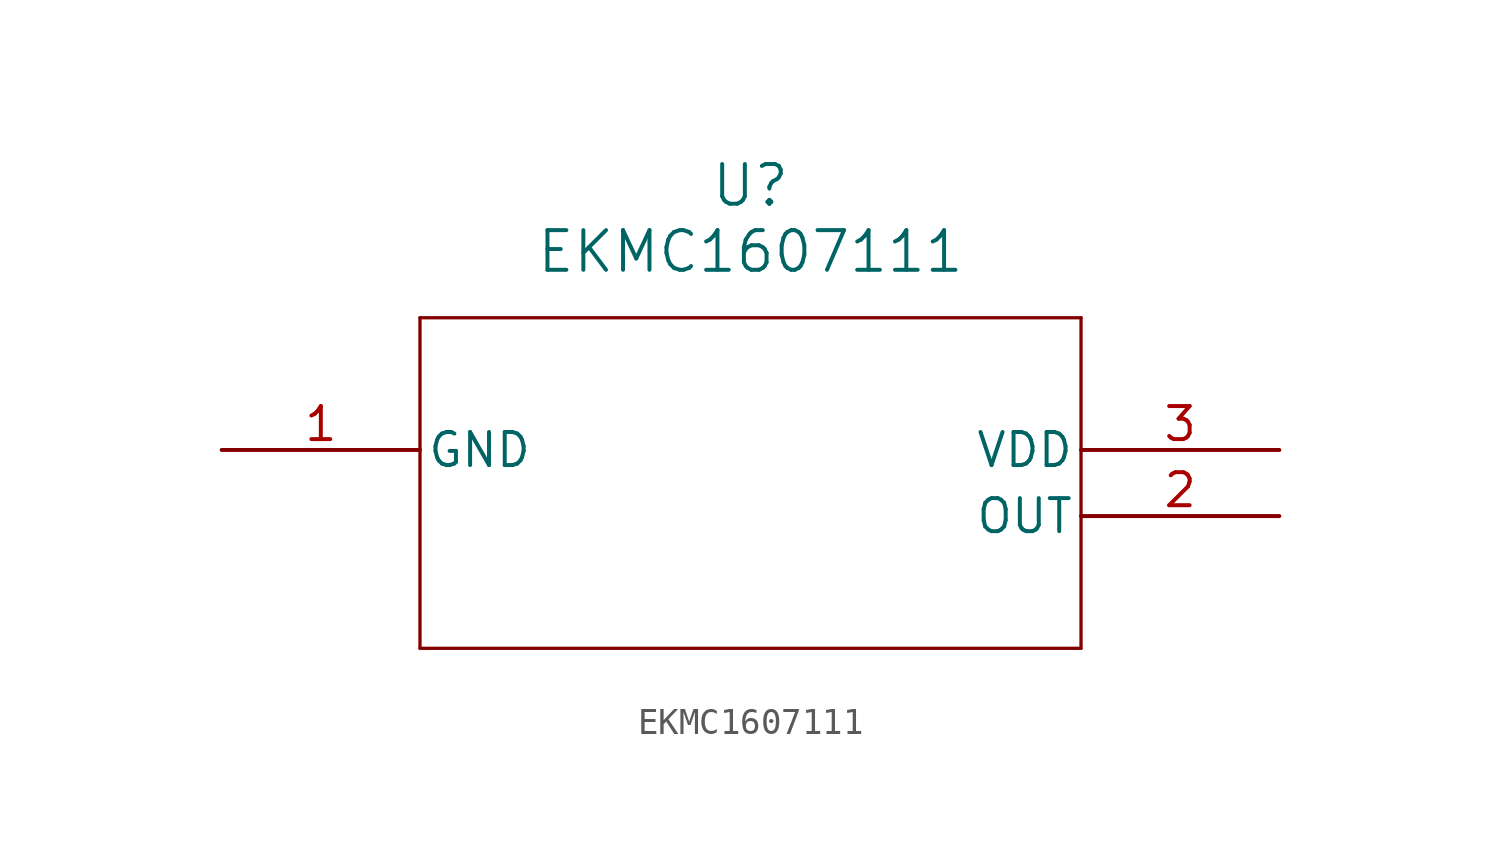
<source format=kicad_sym>
(kicad_symbol_lib
  (version 20241209)
  (generator "kicad_symbol_editor")
  (generator_version "9.0")
  (symbol "EKMC1607111"
    (pin_names
      (offset 0.254))
    (property "Reference" "U"
      (at 20.32 10.16 0)
      (effects (font (size 1.524 1.524))))
    (property "Value" "EKMC1607111"
      (at 20.32 7.62 0)
      (effects (font (size 1.524 1.524))))
    (property "ki_locked" ""
      (at 0 0 0)
      (effects (font (size 1.27 1.27))))
    (symbol "EKMC1607111_0_1"
      (polyline (pts (xy 7.62 5.08) (xy 7.62 -7.62)) (stroke (width 0.127) (type default)) (fill (type none)))
      (polyline (pts (xy 7.62 -7.62) (xy 33.02 -7.62)) (stroke (width 0.127) (type default)) (fill (type none)))
      (polyline (pts (xy 33.02 5.08) (xy 7.62 5.08)) (stroke (width 0.127) (type default)) (fill (type none)))
      (polyline (pts (xy 33.02 -7.62) (xy 33.02 5.08)) (stroke (width 0.127) (type default)) (fill (type none)))
      (pin power_out line (at 0 0 0) (length 7.62) (name "GND" (effects (font (size 1.27 1.27)))) (number "1" (effects (font (size 1.27 1.27)))))
      (pin power_in line (at 40.64 0 180) (length 7.62) (name "VDD" (effects (font (size 1.27 1.27)))) (number "3" (effects (font (size 1.27 1.27)))))
      (pin output line (at 40.64 -2.54 180) (length 7.62) (name "OUT" (effects (font (size 1.27 1.27)))) (number "2" (effects (font (size 1.27 1.27))))))))
</source>
